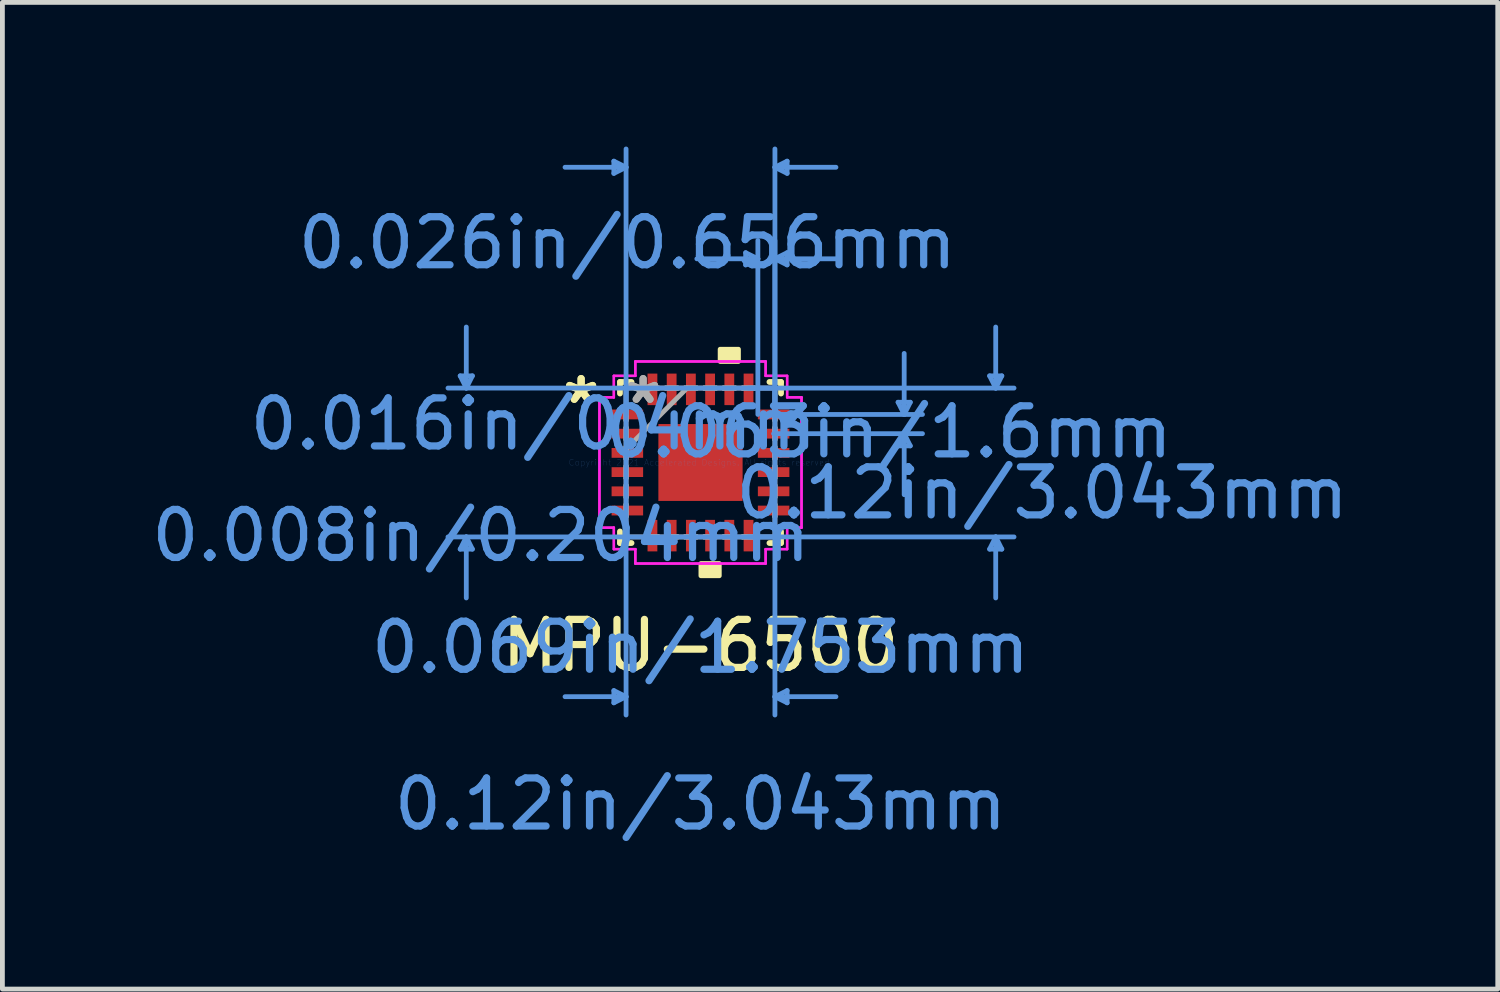
<source format=kicad_pcb>
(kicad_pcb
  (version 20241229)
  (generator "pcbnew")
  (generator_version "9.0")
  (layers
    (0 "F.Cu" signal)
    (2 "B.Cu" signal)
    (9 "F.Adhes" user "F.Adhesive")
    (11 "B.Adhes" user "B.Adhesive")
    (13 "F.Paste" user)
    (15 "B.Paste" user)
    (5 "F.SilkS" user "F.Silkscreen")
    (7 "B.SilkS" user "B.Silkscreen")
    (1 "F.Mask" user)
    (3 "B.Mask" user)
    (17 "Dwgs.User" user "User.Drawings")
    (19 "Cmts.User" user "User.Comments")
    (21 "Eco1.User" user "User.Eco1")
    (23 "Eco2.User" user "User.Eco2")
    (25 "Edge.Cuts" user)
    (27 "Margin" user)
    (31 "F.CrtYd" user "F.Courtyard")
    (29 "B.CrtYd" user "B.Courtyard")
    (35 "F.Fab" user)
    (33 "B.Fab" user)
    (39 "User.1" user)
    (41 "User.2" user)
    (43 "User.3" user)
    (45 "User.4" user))
  (footprint "MPU-6500"
    (layer "F.Cu")
    (at 11.528 6.575)
    (property "Reference" "MPU-6500" (at 0 3.81 0) (layer "F.SilkS") (effects (font (size 1 1) (thickness 0.15))))
    (attr through_hole)
    (fp_line (start -1.676 -1.676) (end -1.676 -1.435) (stroke (width 0.12) (type solid)) (layer "F.SilkS"))
    (fp_line (start -1.676 1.435) (end -1.676 1.676) (stroke (width 0.12) (type solid)) (layer "F.SilkS"))
    (fp_line (start -1.676 1.676) (end -1.435 1.676) (stroke (width 0.12) (type solid)) (layer "F.SilkS"))
    (fp_line (start -1.435 -1.676) (end -1.676 -1.676) (stroke (width 0.12) (type solid)) (layer "F.SilkS"))
    (fp_line (start 1.435 1.676) (end 1.676 1.676) (stroke (width 0.12) (type solid)) (layer "F.SilkS"))
    (fp_line (start 1.676 -1.676) (end 1.435 -1.676) (stroke (width 0.12) (type solid)) (layer "F.SilkS"))
    (fp_line (start 1.676 -1.435) (end 1.676 -1.676) (stroke (width 0.12) (type solid)) (layer "F.SilkS"))
    (fp_line (start 1.676 1.676) (end 1.676 1.435) (stroke (width 0.12) (type solid)) (layer "F.SilkS"))
    (fp_poly (pts (xy 0.009 2.103) (xy 0.009 2.357) (xy 0.391 2.357) (xy 0.391 2.103)) (stroke (width 0.1) (type solid)) (fill yes) (layer "F.SilkS"))
    (fp_poly (pts (xy 0.409 -2.103) (xy 0.409 -2.357) (xy 0.79 -2.357) (xy 0.79 -2.103)) (stroke (width 0.1) (type solid)) (fill yes) (layer "F.SilkS"))
    (fp_line (start -5.001 -1.803) (end -4.747 -1.803) (stroke (width 0.1) (type solid)) (layer "Cmts.User"))
    (fp_line (start -5.001 1.803) (end -4.747 1.803) (stroke (width 0.1) (type solid)) (layer "Cmts.User"))
    (fp_line (start -4.874 -1.549) (end -5.001 -1.803) (stroke (width 0.1) (type solid)) (layer "Cmts.User"))
    (fp_line (start -4.874 -1.549) (end -4.874 -2.819) (stroke (width 0.1) (type solid)) (layer "Cmts.User"))
    (fp_line (start -4.874 -1.549) (end -4.747 -1.803) (stroke (width 0.1) (type solid)) (layer "Cmts.User"))
    (fp_line (start -4.874 1.549) (end -5.001 1.803) (stroke (width 0.1) (type solid)) (layer "Cmts.User"))
    (fp_line (start -4.874 1.549) (end -4.874 2.819) (stroke (width 0.1) (type solid)) (layer "Cmts.User"))
    (fp_line (start -4.874 1.549) (end -4.747 1.803) (stroke (width 0.1) (type solid)) (layer "Cmts.User"))
    (fp_line (start -1.803 -6.271) (end -1.803 -6.017) (stroke (width 0.1) (type solid)) (layer "Cmts.User"))
    (fp_line (start -1.803 4.747) (end -1.803 5.001) (stroke (width 0.1) (type solid)) (layer "Cmts.User"))
    (fp_line (start -1.549 -6.144) (end -2.819 -6.144) (stroke (width 0.1) (type solid)) (layer "Cmts.User"))
    (fp_line (start -1.549 -6.144) (end -1.803 -6.271) (stroke (width 0.1) (type solid)) (layer "Cmts.User"))
    (fp_line (start -1.549 -6.144) (end -1.803 -6.017) (stroke (width 0.1) (type solid)) (layer "Cmts.User"))
    (fp_line (start -1.549 -1.549) (end -1.549 5.255) (stroke (width 0.1) (type solid)) (layer "Cmts.User"))
    (fp_line (start -1.549 -1) (end -1.549 -6.525) (stroke (width 0.1) (type solid)) (layer "Cmts.User"))
    (fp_line (start -1.549 4.874) (end -2.819 4.874) (stroke (width 0.1) (type solid)) (layer "Cmts.User"))
    (fp_line (start -1.549 4.874) (end -1.803 4.747) (stroke (width 0.1) (type solid)) (layer "Cmts.User"))
    (fp_line (start -1.549 4.874) (end -1.803 5.001) (stroke (width 0.1) (type solid)) (layer "Cmts.User"))
    (fp_line (start 0.94 -4.366) (end 0.94 -4.112) (stroke (width 0.1) (type solid)) (layer "Cmts.User"))
    (fp_line (start 1 -1.549) (end 6.525 -1.549) (stroke (width 0.1) (type solid)) (layer "Cmts.User"))
    (fp_line (start 1 1.549) (end 6.525 1.549) (stroke (width 0.1) (type solid)) (layer "Cmts.User"))
    (fp_line (start 1.194 -4.239) (end -0.076 -4.239) (stroke (width 0.1) (type solid)) (layer "Cmts.User"))
    (fp_line (start 1.194 -4.239) (end 0.94 -4.366) (stroke (width 0.1) (type solid)) (layer "Cmts.User"))
    (fp_line (start 1.194 -4.239) (end 0.94 -4.112) (stroke (width 0.1) (type solid)) (layer "Cmts.User"))
    (fp_line (start 1.194 -1) (end 1.194 -4.62) (stroke (width 0.1) (type solid)) (layer "Cmts.User"))
    (fp_line (start 1.522 -1) (end 4.62 -1) (stroke (width 0.1) (type solid)) (layer "Cmts.User"))
    (fp_line (start 1.522 -0.6) (end 4.62 -0.6) (stroke (width 0.1) (type solid)) (layer "Cmts.User"))
    (fp_line (start 1.549 -6.144) (end 1.803 -6.271) (stroke (width 0.1) (type solid)) (layer "Cmts.User"))
    (fp_line (start 1.549 -6.144) (end 1.803 -6.017) (stroke (width 0.1) (type solid)) (layer "Cmts.User"))
    (fp_line (start 1.549 -6.144) (end 2.819 -6.144) (stroke (width 0.1) (type solid)) (layer "Cmts.User"))
    (fp_line (start 1.549 -4.239) (end 1.803 -4.366) (stroke (width 0.1) (type solid)) (layer "Cmts.User"))
    (fp_line (start 1.549 -4.239) (end 1.803 -4.112) (stroke (width 0.1) (type solid)) (layer "Cmts.User"))
    (fp_line (start 1.549 -4.239) (end 2.819 -4.239) (stroke (width 0.1) (type solid)) (layer "Cmts.User"))
    (fp_line (start 1.549 -1.549) (end -5.255 -1.549) (stroke (width 0.1) (type solid)) (layer "Cmts.User"))
    (fp_line (start 1.549 -1.549) (end 1.549 5.255) (stroke (width 0.1) (type solid)) (layer "Cmts.User"))
    (fp_line (start 1.549 -1) (end 1.549 -6.525) (stroke (width 0.1) (type solid)) (layer "Cmts.User"))
    (fp_line (start 1.549 -1) (end 1.549 -4.62) (stroke (width 0.1) (type solid)) (layer "Cmts.User"))
    (fp_line (start 1.549 1.549) (end -5.255 1.549) (stroke (width 0.1) (type solid)) (layer "Cmts.User"))
    (fp_line (start 1.549 4.874) (end 1.803 4.747) (stroke (width 0.1) (type solid)) (layer "Cmts.User"))
    (fp_line (start 1.549 4.874) (end 1.803 5.001) (stroke (width 0.1) (type solid)) (layer "Cmts.User"))
    (fp_line (start 1.549 4.874) (end 2.819 4.874) (stroke (width 0.1) (type solid)) (layer "Cmts.User"))
    (fp_line (start 1.803 -6.271) (end 1.803 -6.017) (stroke (width 0.1) (type solid)) (layer "Cmts.User"))
    (fp_line (start 1.803 -4.366) (end 1.803 -4.112) (stroke (width 0.1) (type solid)) (layer "Cmts.User"))
    (fp_line (start 1.803 4.747) (end 1.803 5.001) (stroke (width 0.1) (type solid)) (layer "Cmts.User"))
    (fp_line (start 4.112 -1.254) (end 4.366 -1.254) (stroke (width 0.1) (type solid)) (layer "Cmts.User"))
    (fp_line (start 4.112 -0.346) (end 4.366 -0.346) (stroke (width 0.1) (type solid)) (layer "Cmts.User"))
    (fp_line (start 4.239 -1) (end 4.112 -1.254) (stroke (width 0.1) (type solid)) (layer "Cmts.User"))
    (fp_line (start 4.239 -1) (end 4.239 -2.27) (stroke (width 0.1) (type solid)) (layer "Cmts.User"))
    (fp_line (start 4.239 -1) (end 4.366 -1.254) (stroke (width 0.1) (type solid)) (layer "Cmts.User"))
    (fp_line (start 4.239 -0.6) (end 4.112 -0.346) (stroke (width 0.1) (type solid)) (layer "Cmts.User"))
    (fp_line (start 4.239 -0.6) (end 4.239 0.67) (stroke (width 0.1) (type solid)) (layer "Cmts.User"))
    (fp_line (start 4.239 -0.6) (end 4.366 -0.346) (stroke (width 0.1) (type solid)) (layer "Cmts.User"))
    (fp_line (start 6.017 -1.803) (end 6.271 -1.803) (stroke (width 0.1) (type solid)) (layer "Cmts.User"))
    (fp_line (start 6.017 1.803) (end 6.271 1.803) (stroke (width 0.1) (type solid)) (layer "Cmts.User"))
    (fp_line (start 6.144 -1.549) (end 6.017 -1.803) (stroke (width 0.1) (type solid)) (layer "Cmts.User"))
    (fp_line (start 6.144 -1.549) (end 6.144 -2.819) (stroke (width 0.1) (type solid)) (layer "Cmts.User"))
    (fp_line (start 6.144 -1.549) (end 6.271 -1.803) (stroke (width 0.1) (type solid)) (layer "Cmts.User"))
    (fp_line (start 6.144 1.549) (end 6.017 1.803) (stroke (width 0.1) (type solid)) (layer "Cmts.User"))
    (fp_line (start 6.144 1.549) (end 6.144 2.819) (stroke (width 0.1) (type solid)) (layer "Cmts.User"))
    (fp_line (start 6.144 1.549) (end 6.271 1.803) (stroke (width 0.1) (type solid)) (layer "Cmts.User"))
    (fp_line (start -2.103 -1.356) (end -1.803 -1.356) (stroke (width 0.05) (type solid)) (layer "F.CrtYd"))
    (fp_line (start -2.103 -1.356) (end -1.803 -1.356) (stroke (width 0.05) (type solid)) (layer "F.CrtYd"))
    (fp_line (start -2.103 1.356) (end -2.103 -1.356) (stroke (width 0.05) (type solid)) (layer "F.CrtYd"))
    (fp_line (start -2.103 1.356) (end -2.103 -1.356) (stroke (width 0.05) (type solid)) (layer "F.CrtYd"))
    (fp_line (start -1.803 -1.803) (end -1.356 -1.803) (stroke (width 0.05) (type solid)) (layer "F.CrtYd"))
    (fp_line (start -1.803 -1.803) (end -1.356 -1.803) (stroke (width 0.05) (type solid)) (layer "F.CrtYd"))
    (fp_line (start -1.803 -1.356) (end -1.803 -1.803) (stroke (width 0.05) (type solid)) (layer "F.CrtYd"))
    (fp_line (start -1.803 -1.356) (end -1.803 -1.803) (stroke (width 0.05) (type solid)) (layer "F.CrtYd"))
    (fp_line (start -1.803 1.356) (end -2.103 1.356) (stroke (width 0.05) (type solid)) (layer "F.CrtYd"))
    (fp_line (start -1.803 1.356) (end -2.103 1.356) (stroke (width 0.05) (type solid)) (layer "F.CrtYd"))
    (fp_line (start -1.803 1.803) (end -1.803 1.356) (stroke (width 0.05) (type solid)) (layer "F.CrtYd"))
    (fp_line (start -1.803 1.803) (end -1.803 1.356) (stroke (width 0.05) (type solid)) (layer "F.CrtYd"))
    (fp_line (start -1.356 -2.103) (end 1.356 -2.103) (stroke (width 0.05) (type solid)) (layer "F.CrtYd"))
    (fp_line (start -1.356 -2.103) (end 1.356 -2.103) (stroke (width 0.05) (type solid)) (layer "F.CrtYd"))
    (fp_line (start -1.356 -1.803) (end -1.356 -2.103) (stroke (width 0.05) (type solid)) (layer "F.CrtYd"))
    (fp_line (start -1.356 -1.803) (end -1.356 -2.103) (stroke (width 0.05) (type solid)) (layer "F.CrtYd"))
    (fp_line (start -1.356 1.803) (end -1.803 1.803) (stroke (width 0.05) (type solid)) (layer "F.CrtYd"))
    (fp_line (start -1.356 1.803) (end -1.803 1.803) (stroke (width 0.05) (type solid)) (layer "F.CrtYd"))
    (fp_line (start -1.356 2.103) (end -1.356 1.803) (stroke (width 0.05) (type solid)) (layer "F.CrtYd"))
    (fp_line (start -1.356 2.103) (end -1.356 1.803) (stroke (width 0.05) (type solid)) (layer "F.CrtYd"))
    (fp_line (start 1.356 -2.103) (end 1.356 -1.803) (stroke (width 0.05) (type solid)) (layer "F.CrtYd"))
    (fp_line (start 1.356 -2.103) (end 1.356 -1.803) (stroke (width 0.05) (type solid)) (layer "F.CrtYd"))
    (fp_line (start 1.356 -1.803) (end 1.803 -1.803) (stroke (width 0.05) (type solid)) (layer "F.CrtYd"))
    (fp_line (start 1.356 -1.803) (end 1.803 -1.803) (stroke (width 0.05) (type solid)) (layer "F.CrtYd"))
    (fp_line (start 1.356 1.803) (end 1.356 2.103) (stroke (width 0.05) (type solid)) (layer "F.CrtYd"))
    (fp_line (start 1.356 1.803) (end 1.356 2.103) (stroke (width 0.05) (type solid)) (layer "F.CrtYd"))
    (fp_line (start 1.356 2.103) (end -1.356 2.103) (stroke (width 0.05) (type solid)) (layer "F.CrtYd"))
    (fp_line (start 1.356 2.103) (end -1.356 2.103) (stroke (width 0.05) (type solid)) (layer "F.CrtYd"))
    (fp_line (start 1.803 -1.803) (end 1.803 -1.356) (stroke (width 0.05) (type solid)) (layer "F.CrtYd"))
    (fp_line (start 1.803 -1.803) (end 1.803 -1.356) (stroke (width 0.05) (type solid)) (layer "F.CrtYd"))
    (fp_line (start 1.803 -1.356) (end 2.103 -1.356) (stroke (width 0.05) (type solid)) (layer "F.CrtYd"))
    (fp_line (start 1.803 -1.356) (end 2.103 -1.356) (stroke (width 0.05) (type solid)) (layer "F.CrtYd"))
    (fp_line (start 1.803 1.356) (end 1.803 1.803) (stroke (width 0.05) (type solid)) (layer "F.CrtYd"))
    (fp_line (start 1.803 1.356) (end 1.803 1.803) (stroke (width 0.05) (type solid)) (layer "F.CrtYd"))
    (fp_line (start 1.803 1.803) (end 1.356 1.803) (stroke (width 0.05) (type solid)) (layer "F.CrtYd"))
    (fp_line (start 1.803 1.803) (end 1.356 1.803) (stroke (width 0.05) (type solid)) (layer "F.CrtYd"))
    (fp_line (start 2.103 -1.356) (end 2.103 1.356) (stroke (width 0.05) (type solid)) (layer "F.CrtYd"))
    (fp_line (start 2.103 -1.356) (end 2.103 1.356) (stroke (width 0.05) (type solid)) (layer "F.CrtYd"))
    (fp_line (start 2.103 1.356) (end 1.803 1.356) (stroke (width 0.05) (type solid)) (layer "F.CrtYd"))
    (fp_line (start 2.103 1.356) (end 1.803 1.356) (stroke (width 0.05) (type solid)) (layer "F.CrtYd"))
    (fp_line (start -1.549 -1.549) (end -1.549 -1.549) (stroke (width 0.1) (type solid)) (layer "F.Fab"))
    (fp_line (start -1.549 -1.549) (end -1.549 1.549) (stroke (width 0.1) (type solid)) (layer "F.Fab"))
    (fp_line (start -1.549 -1.127) (end -1.549 -1.127) (stroke (width 0.1) (type solid)) (layer "F.Fab"))
    (fp_line (start -1.549 -1.127) (end -1.549 -0.873) (stroke (width 0.1) (type solid)) (layer "F.Fab"))
    (fp_line (start -1.549 -0.873) (end -1.549 -1.127) (stroke (width 0.1) (type solid)) (layer "F.Fab"))
    (fp_line (start -1.549 -0.873) (end -1.549 -0.873) (stroke (width 0.1) (type solid)) (layer "F.Fab"))
    (fp_line (start -1.549 -0.727) (end -1.549 -0.727) (stroke (width 0.1) (type solid)) (layer "F.Fab"))
    (fp_line (start -1.549 -0.727) (end -1.549 -0.473) (stroke (width 0.1) (type solid)) (layer "F.Fab"))
    (fp_line (start -1.549 -0.473) (end -1.549 -0.727) (stroke (width 0.1) (type solid)) (layer "F.Fab"))
    (fp_line (start -1.549 -0.473) (end -1.549 -0.473) (stroke (width 0.1) (type solid)) (layer "F.Fab"))
    (fp_line (start -1.549 -0.327) (end -1.549 -0.327) (stroke (width 0.1) (type solid)) (layer "F.Fab"))
    (fp_line (start -1.549 -0.327) (end -1.549 -0.073) (stroke (width 0.1) (type solid)) (layer "F.Fab"))
    (fp_line (start -1.549 -0.279) (end -0.279 -1.549) (stroke (width 0.1) (type solid)) (layer "F.Fab"))
    (fp_line (start -1.549 -0.073) (end -1.549 -0.327) (stroke (width 0.1) (type solid)) (layer "F.Fab"))
    (fp_line (start -1.549 -0.073) (end -1.549 -0.073) (stroke (width 0.1) (type solid)) (layer "F.Fab"))
    (fp_line (start -1.549 0.073) (end -1.549 0.073) (stroke (width 0.1) (type solid)) (layer "F.Fab"))
    (fp_line (start -1.549 0.073) (end -1.549 0.327) (stroke (width 0.1) (type solid)) (layer "F.Fab"))
    (fp_line (start -1.549 0.327) (end -1.549 0.073) (stroke (width 0.1) (type solid)) (layer "F.Fab"))
    (fp_line (start -1.549 0.327) (end -1.549 0.327) (stroke (width 0.1) (type solid)) (layer "F.Fab"))
    (fp_line (start -1.549 0.473) (end -1.549 0.473) (stroke (width 0.1) (type solid)) (layer "F.Fab"))
    (fp_line (start -1.549 0.473) (end -1.549 0.727) (stroke (width 0.1) (type solid)) (layer "F.Fab"))
    (fp_line (start -1.549 0.727) (end -1.549 0.473) (stroke (width 0.1) (type solid)) (layer "F.Fab"))
    (fp_line (start -1.549 0.727) (end -1.549 0.727) (stroke (width 0.1) (type solid)) (layer "F.Fab"))
    (fp_line (start -1.549 0.873) (end -1.549 0.873) (stroke (width 0.1) (type solid)) (layer "F.Fab"))
    (fp_line (start -1.549 0.873) (end -1.549 1.127) (stroke (width 0.1) (type solid)) (layer "F.Fab"))
    (fp_line (start -1.549 1.127) (end -1.549 0.873) (stroke (width 0.1) (type solid)) (layer "F.Fab"))
    (fp_line (start -1.549 1.127) (end -1.549 1.127) (stroke (width 0.1) (type solid)) (layer "F.Fab"))
    (fp_line (start -1.549 1.549) (end -1.549 1.549) (stroke (width 0.1) (type solid)) (layer "F.Fab"))
    (fp_line (start -1.549 1.549) (end 1.549 1.549) (stroke (width 0.1) (type solid)) (layer "F.Fab"))
    (fp_line (start -1.127 -1.549) (end -1.127 -1.549) (stroke (width 0.1) (type solid)) (layer "F.Fab"))
    (fp_line (start -1.127 -1.549) (end -0.873 -1.549) (stroke (width 0.1) (type solid)) (layer "F.Fab"))
    (fp_line (start -1.127 1.549) (end -1.127 1.549) (stroke (width 0.1) (type solid)) (layer "F.Fab"))
    (fp_line (start -1.127 1.549) (end -0.873 1.549) (stroke (width 0.1) (type solid)) (layer "F.Fab"))
    (fp_line (start -0.873 -1.549) (end -1.127 -1.549) (stroke (width 0.1) (type solid)) (layer "F.Fab"))
    (fp_line (start -0.873 -1.549) (end -0.873 -1.549) (stroke (width 0.1) (type solid)) (layer "F.Fab"))
    (fp_line (start -0.873 1.549) (end -1.127 1.549) (stroke (width 0.1) (type solid)) (layer "F.Fab"))
    (fp_line (start -0.873 1.549) (end -0.873 1.549) (stroke (width 0.1) (type solid)) (layer "F.Fab"))
    (fp_line (start -0.727 -1.549) (end -0.727 -1.549) (stroke (width 0.1) (type solid)) (layer "F.Fab"))
    (fp_line (start -0.727 -1.549) (end -0.473 -1.549) (stroke (width 0.1) (type solid)) (layer "F.Fab"))
    (fp_line (start -0.727 1.549) (end -0.727 1.549) (stroke (width 0.1) (type solid)) (layer "F.Fab"))
    (fp_line (start -0.727 1.549) (end -0.473 1.549) (stroke (width 0.1) (type solid)) (layer "F.Fab"))
    (fp_line (start -0.473 -1.549) (end -0.727 -1.549) (stroke (width 0.1) (type solid)) (layer "F.Fab"))
    (fp_line (start -0.473 -1.549) (end -0.473 -1.549) (stroke (width 0.1) (type solid)) (layer "F.Fab"))
    (fp_line (start -0.473 1.549) (end -0.727 1.549) (stroke (width 0.1) (type solid)) (layer "F.Fab"))
    (fp_line (start -0.473 1.549) (end -0.473 1.549) (stroke (width 0.1) (type solid)) (layer "F.Fab"))
    (fp_line (start -0.327 -1.549) (end -0.327 -1.549) (stroke (width 0.1) (type solid)) (layer "F.Fab"))
    (fp_line (start -0.327 -1.549) (end -0.073 -1.549) (stroke (width 0.1) (type solid)) (layer "F.Fab"))
    (fp_line (start -0.327 1.549) (end -0.327 1.549) (stroke (width 0.1) (type solid)) (layer "F.Fab"))
    (fp_line (start -0.327 1.549) (end -0.073 1.549) (stroke (width 0.1) (type solid)) (layer "F.Fab"))
    (fp_line (start -0.073 -1.549) (end -0.327 -1.549) (stroke (width 0.1) (type solid)) (layer "F.Fab"))
    (fp_line (start -0.073 -1.549) (end -0.073 -1.549) (stroke (width 0.1) (type solid)) (layer "F.Fab"))
    (fp_line (start -0.073 1.549) (end -0.327 1.549) (stroke (width 0.1) (type solid)) (layer "F.Fab"))
    (fp_line (start -0.073 1.549) (end -0.073 1.549) (stroke (width 0.1) (type solid)) (layer "F.Fab"))
    (fp_line (start 0.073 -1.549) (end 0.073 -1.549) (stroke (width 0.1) (type solid)) (layer "F.Fab"))
    (fp_line (start 0.073 -1.549) (end 0.327 -1.549) (stroke (width 0.1) (type solid)) (layer "F.Fab"))
    (fp_line (start 0.073 1.549) (end 0.073 1.549) (stroke (width 0.1) (type solid)) (layer "F.Fab"))
    (fp_line (start 0.073 1.549) (end 0.327 1.549) (stroke (width 0.1) (type solid)) (layer "F.Fab"))
    (fp_line (start 0.327 -1.549) (end 0.073 -1.549) (stroke (width 0.1) (type solid)) (layer "F.Fab"))
    (fp_line (start 0.327 -1.549) (end 0.327 -1.549) (stroke (width 0.1) (type solid)) (layer "F.Fab"))
    (fp_line (start 0.327 1.549) (end 0.073 1.549) (stroke (width 0.1) (type solid)) (layer "F.Fab"))
    (fp_line (start 0.327 1.549) (end 0.327 1.549) (stroke (width 0.1) (type solid)) (layer "F.Fab"))
    (fp_line (start 0.473 -1.549) (end 0.473 -1.549) (stroke (width 0.1) (type solid)) (layer "F.Fab"))
    (fp_line (start 0.473 -1.549) (end 0.727 -1.549) (stroke (width 0.1) (type solid)) (layer "F.Fab"))
    (fp_line (start 0.473 1.549) (end 0.473 1.549) (stroke (width 0.1) (type solid)) (layer "F.Fab"))
    (fp_line (start 0.473 1.549) (end 0.727 1.549) (stroke (width 0.1) (type solid)) (layer "F.Fab"))
    (fp_line (start 0.727 -1.549) (end 0.473 -1.549) (stroke (width 0.1) (type solid)) (layer "F.Fab"))
    (fp_line (start 0.727 -1.549) (end 0.727 -1.549) (stroke (width 0.1) (type solid)) (layer "F.Fab"))
    (fp_line (start 0.727 1.549) (end 0.473 1.549) (stroke (width 0.1) (type solid)) (layer "F.Fab"))
    (fp_line (start 0.727 1.549) (end 0.727 1.549) (stroke (width 0.1) (type solid)) (layer "F.Fab"))
    (fp_line (start 0.873 -1.549) (end 0.873 -1.549) (stroke (width 0.1) (type solid)) (layer "F.Fab"))
    (fp_line (start 0.873 -1.549) (end 1.127 -1.549) (stroke (width 0.1) (type solid)) (layer "F.Fab"))
    (fp_line (start 0.873 1.549) (end 0.873 1.549) (stroke (width 0.1) (type solid)) (layer "F.Fab"))
    (fp_line (start 0.873 1.549) (end 1.127 1.549) (stroke (width 0.1) (type solid)) (layer "F.Fab"))
    (fp_line (start 1.127 -1.549) (end 0.873 -1.549) (stroke (width 0.1) (type solid)) (layer "F.Fab"))
    (fp_line (start 1.127 -1.549) (end 1.127 -1.549) (stroke (width 0.1) (type solid)) (layer "F.Fab"))
    (fp_line (start 1.127 1.549) (end 0.873 1.549) (stroke (width 0.1) (type solid)) (layer "F.Fab"))
    (fp_line (start 1.127 1.549) (end 1.127 1.549) (stroke (width 0.1) (type solid)) (layer "F.Fab"))
    (fp_line (start 1.549 -1.549) (end -1.549 -1.549) (stroke (width 0.1) (type solid)) (layer "F.Fab"))
    (fp_line (start 1.549 -1.549) (end 1.549 -1.549) (stroke (width 0.1) (type solid)) (layer "F.Fab"))
    (fp_line (start 1.549 -1.127) (end 1.549 -1.127) (stroke (width 0.1) (type solid)) (layer "F.Fab"))
    (fp_line (start 1.549 -1.127) (end 1.549 -0.873) (stroke (width 0.1) (type solid)) (layer "F.Fab"))
    (fp_line (start 1.549 -0.873) (end 1.549 -1.127) (stroke (width 0.1) (type solid)) (layer "F.Fab"))
    (fp_line (start 1.549 -0.873) (end 1.549 -0.873) (stroke (width 0.1) (type solid)) (layer "F.Fab"))
    (fp_line (start 1.549 -0.727) (end 1.549 -0.727) (stroke (width 0.1) (type solid)) (layer "F.Fab"))
    (fp_line (start 1.549 -0.727) (end 1.549 -0.473) (stroke (width 0.1) (type solid)) (layer "F.Fab"))
    (fp_line (start 1.549 -0.473) (end 1.549 -0.727) (stroke (width 0.1) (type solid)) (layer "F.Fab"))
    (fp_line (start 1.549 -0.473) (end 1.549 -0.473) (stroke (width 0.1) (type solid)) (layer "F.Fab"))
    (fp_line (start 1.549 -0.327) (end 1.549 -0.327) (stroke (width 0.1) (type solid)) (layer "F.Fab"))
    (fp_line (start 1.549 -0.327) (end 1.549 -0.073) (stroke (width 0.1) (type solid)) (layer "F.Fab"))
    (fp_line (start 1.549 -0.073) (end 1.549 -0.327) (stroke (width 0.1) (type solid)) (layer "F.Fab"))
    (fp_line (start 1.549 -0.073) (end 1.549 -0.073) (stroke (width 0.1) (type solid)) (layer "F.Fab"))
    (fp_line (start 1.549 0.073) (end 1.549 0.073) (stroke (width 0.1) (type solid)) (layer "F.Fab"))
    (fp_line (start 1.549 0.073) (end 1.549 0.327) (stroke (width 0.1) (type solid)) (layer "F.Fab"))
    (fp_line (start 1.549 0.327) (end 1.549 0.073) (stroke (width 0.1) (type solid)) (layer "F.Fab"))
    (fp_line (start 1.549 0.327) (end 1.549 0.327) (stroke (width 0.1) (type solid)) (layer "F.Fab"))
    (fp_line (start 1.549 0.473) (end 1.549 0.473) (stroke (width 0.1) (type solid)) (layer "F.Fab"))
    (fp_line (start 1.549 0.473) (end 1.549 0.727) (stroke (width 0.1) (type solid)) (layer "F.Fab"))
    (fp_line (start 1.549 0.727) (end 1.549 0.473) (stroke (width 0.1) (type solid)) (layer "F.Fab"))
    (fp_line (start 1.549 0.727) (end 1.549 0.727) (stroke (width 0.1) (type solid)) (layer "F.Fab"))
    (fp_line (start 1.549 0.873) (end 1.549 0.873) (stroke (width 0.1) (type solid)) (layer "F.Fab"))
    (fp_line (start 1.549 0.873) (end 1.549 1.127) (stroke (width 0.1) (type solid)) (layer "F.Fab"))
    (fp_line (start 1.549 1.127) (end 1.549 0.873) (stroke (width 0.1) (type solid)) (layer "F.Fab"))
    (fp_line (start 1.549 1.127) (end 1.549 1.127) (stroke (width 0.1) (type solid)) (layer "F.Fab"))
    (fp_line (start 1.549 1.549) (end 1.549 -1.549) (stroke (width 0.1) (type solid)) (layer "F.Fab"))
    (fp_line (start 1.549 1.549) (end 1.549 1.549) (stroke (width 0.1) (type solid)) (layer "F.Fab"))
    (fp_text user "*" (at -2.484 -1.2 0) (layer "F.SilkS") (effects (font (size 1 1) (thickness 0.15))))
    (fp_text user "*" (at -2.484 -1.2 0) (layer "F.SilkS") (effects (font (size 1 1) (thickness 0.15))))
    (fp_text user "0.016in/0.4mm" (at -3.477 -0.8 0) (layer "Cmts.User") (effects (font (size 1 1) (thickness 0.15))))
    (fp_text user "0.069in/1.753mm" (at 0 3.848 0) (layer "Cmts.User") (effects (font (size 1 1) (thickness 0.15))))
    (fp_text user "0.12in/3.043mm" (at 0 7.11 0) (layer "Cmts.User") (effects (font (size 1 1) (thickness 0.15))))
    (fp_text user "0.063in/1.6mm" (at 3.924 -0.635 0) (layer "Cmts.User") (effects (font (size 1 1) (thickness 0.15))))
    (fp_text user "0.008in/0.204mm" (at -4.57 1.522 0) (layer "Cmts.User") (effects (font (size 1 1) (thickness 0.15))))
    (fp_text user "Copyright 2021 Accelerated Designs. All rights reserved." (at 0 0 0) (layer "Cmts.User") (effects (font (size 0.127 0.127) (thickness 0.002))))
    (fp_text user "0.026in/0.656mm" (at -1.522 -4.57 0) (layer "Cmts.User") (effects (font (size 1 1) (thickness 0.15))))
    (fp_text user "0.12in/3.043mm" (at 7.11 0.635 0) (layer "Cmts.User") (effects (font (size 1 1) (thickness 0.15))))
    (fp_text user "*" (at -1.194 -1.2 0) (layer "F.Fab") (effects (font (size 1 1) (thickness 0.15))))
    (fp_text user "*" (at -1.194 -1.2 0) (layer "F.Fab") (effects (font (size 1 1) (thickness 0.15))))
    (pad "1" smd rect (at -1.522 -1 90) (size 0.204 0.656) (layers "F.Cu" "F.Mask" "F.Paste"))
    (pad "2" smd rect (at -1.522 -0.6 90) (size 0.204 0.656) (layers "F.Cu" "F.Mask" "F.Paste"))
    (pad "3" smd rect (at -1.522 -0.2 90) (size 0.204 0.656) (layers "F.Cu" "F.Mask" "F.Paste"))
    (pad "4" smd rect (at -1.522 0.2 90) (size 0.204 0.656) (layers "F.Cu" "F.Mask" "F.Paste"))
    (pad "5" smd rect (at -1.522 0.6 90) (size 0.204 0.656) (layers "F.Cu" "F.Mask" "F.Paste"))
    (pad "6" smd rect (at -1.522 1 90) (size 0.204 0.656) (layers "F.Cu" "F.Mask" "F.Paste"))
    (pad "7" smd rect (at -1 1.522) (size 0.204 0.656) (layers "F.Cu" "F.Mask" "F.Paste"))
    (pad "8" smd rect (at -0.6 1.522) (size 0.204 0.656) (layers "F.Cu" "F.Mask" "F.Paste"))
    (pad "9" smd rect (at -0.2 1.522) (size 0.204 0.656) (layers "F.Cu" "F.Mask" "F.Paste"))
    (pad "10" smd rect (at 0.2 1.522) (size 0.204 0.656) (layers "F.Cu" "F.Mask" "F.Paste"))
    (pad "11" smd rect (at 0.6 1.522) (size 0.204 0.656) (layers "F.Cu" "F.Mask" "F.Paste"))
    (pad "12" smd rect (at 1 1.522) (size 0.204 0.656) (layers "F.Cu" "F.Mask" "F.Paste"))
    (pad "13" smd rect (at 1.522 1 90) (size 0.204 0.656) (layers "F.Cu" "F.Mask" "F.Paste"))
    (pad "14" smd rect (at 1.522 0.6 90) (size 0.204 0.656) (layers "F.Cu" "F.Mask" "F.Paste"))
    (pad "15" smd rect (at 1.522 0.2 90) (size 0.204 0.656) (layers "F.Cu" "F.Mask" "F.Paste"))
    (pad "16" smd rect (at 1.522 -0.2 90) (size 0.204 0.656) (layers "F.Cu" "F.Mask" "F.Paste"))
    (pad "17" smd rect (at 1.522 -0.6 90) (size 0.204 0.656) (layers "F.Cu" "F.Mask" "F.Paste"))
    (pad "18" smd rect (at 1.522 -1 90) (size 0.204 0.656) (layers "F.Cu" "F.Mask" "F.Paste"))
    (pad "19" smd rect (at 1 -1.522) (size 0.204 0.656) (layers "F.Cu" "F.Mask" "F.Paste"))
    (pad "20" smd rect (at 0.6 -1.522) (size 0.204 0.656) (layers "F.Cu" "F.Mask" "F.Paste"))
    (pad "21" smd rect (at 0.2 -1.522) (size 0.204 0.656) (layers "F.Cu" "F.Mask" "F.Paste"))
    (pad "22" smd rect (at -0.2 -1.522) (size 0.204 0.656) (layers "F.Cu" "F.Mask" "F.Paste"))
    (pad "23" smd rect (at -0.6 -1.522) (size 0.204 0.656) (layers "F.Cu" "F.Mask" "F.Paste"))
    (pad "24" smd rect (at -1 -1.522) (size 0.204 0.656) (layers "F.Cu" "F.Mask" "F.Paste"))
    (pad "25" smd rect (at 0 0) (size 1.753 1.6) (layers "F.Cu" "F.Mask" "F.Paste")))
  (gr_rect
    (start -3 -3)
    (end 28.12 17.533)
    (stroke (width 0.1) (type default))
    (fill no)
    (layer "Edge.Cuts")))
</source>
